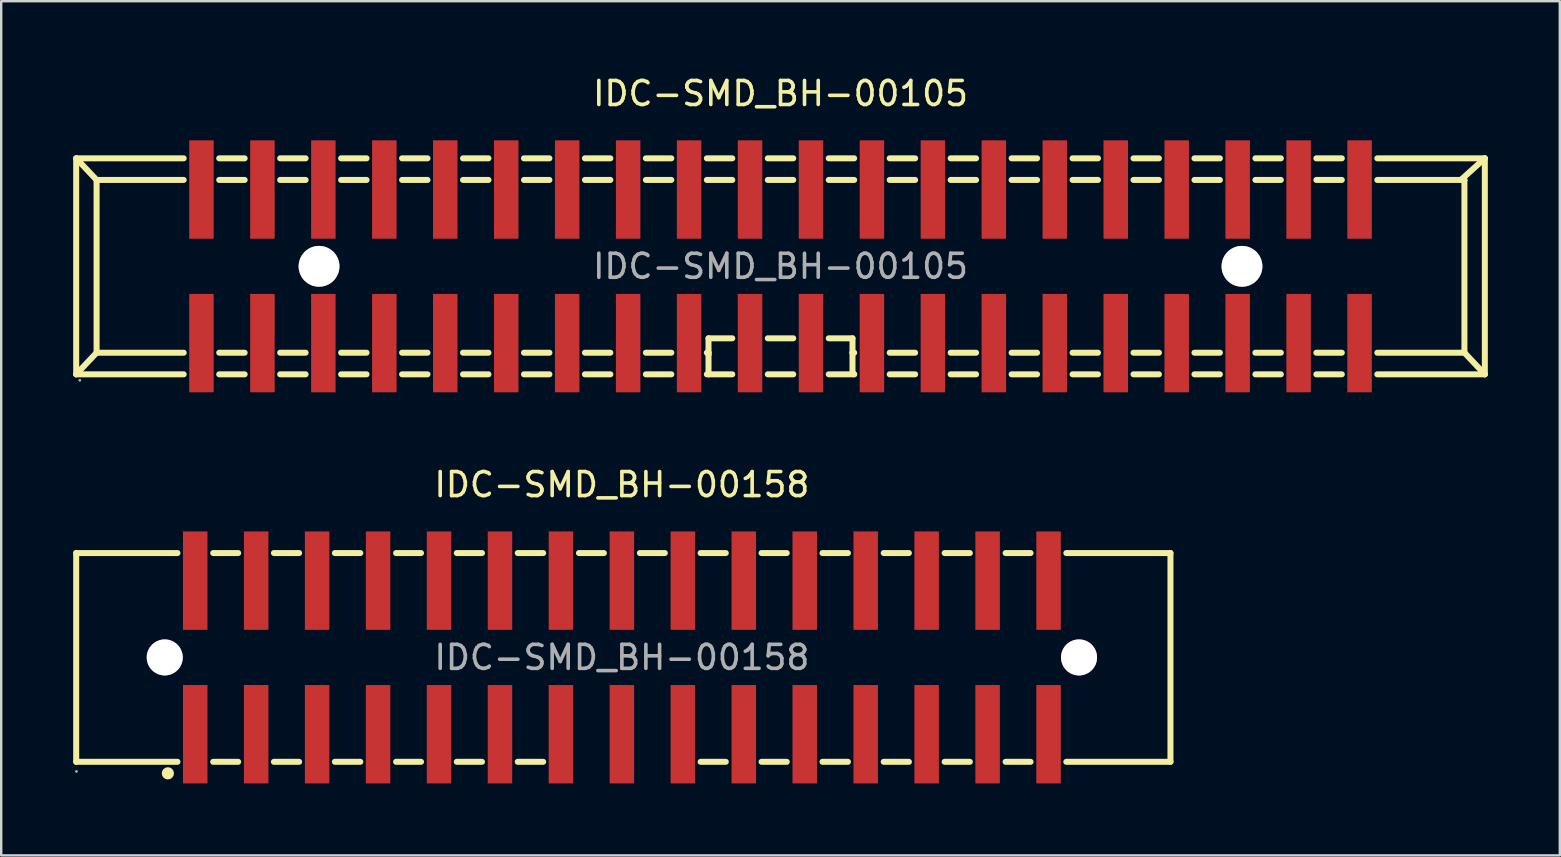
<source format=kicad_pcb>
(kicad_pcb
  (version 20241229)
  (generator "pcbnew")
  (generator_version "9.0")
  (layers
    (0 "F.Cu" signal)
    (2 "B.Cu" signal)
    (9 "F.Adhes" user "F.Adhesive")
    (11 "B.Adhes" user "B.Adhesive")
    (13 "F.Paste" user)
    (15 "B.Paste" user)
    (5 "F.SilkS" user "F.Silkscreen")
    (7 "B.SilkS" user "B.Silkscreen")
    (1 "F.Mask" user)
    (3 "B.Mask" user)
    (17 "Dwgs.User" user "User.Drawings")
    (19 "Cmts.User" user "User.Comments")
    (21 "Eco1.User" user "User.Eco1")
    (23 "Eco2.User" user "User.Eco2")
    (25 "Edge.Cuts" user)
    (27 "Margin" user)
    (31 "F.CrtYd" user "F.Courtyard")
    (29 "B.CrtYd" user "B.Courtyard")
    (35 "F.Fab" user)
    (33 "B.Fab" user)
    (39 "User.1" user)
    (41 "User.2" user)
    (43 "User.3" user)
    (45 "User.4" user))
  (footprint "IDC-SMD_BH-00105"
    (layer "F.Cu")
    (at 29.475 8.048)
    (property "Reference" "IDC-SMD_BH-00105" (at 0 -7.2 0) (layer "F.SilkS") (effects (font (size 1 1) (thickness 0.15))))
    (attr through_hole)
    (fp_line (start -29.35 -4.5) (end -29.35 4.5) (stroke (width 0.25) (type solid)) (layer "F.SilkS"))
    (fp_line (start -29.35 -4.5) (end -24.87 -4.5) (stroke (width 0.25) (type solid)) (layer "F.SilkS"))
    (fp_line (start -29.35 4.5) (end -28.5 3.6) (stroke (width 0.25) (type solid)) (layer "F.SilkS"))
    (fp_line (start -29.35 4.5) (end -24.87 4.5) (stroke (width 0.25) (type solid)) (layer "F.SilkS"))
    (fp_line (start -28.5 -3.6) (end -29.35 -4.5) (stroke (width 0.25) (type solid)) (layer "F.SilkS"))
    (fp_line (start -28.5 -3.6) (end -24.87 -3.6) (stroke (width 0.25) (type solid)) (layer "F.SilkS"))
    (fp_line (start -28.5 3.6) (end -28.5 -3.6) (stroke (width 0.25) (type solid)) (layer "F.SilkS"))
    (fp_line (start -28.5 3.6) (end -24.87 3.6) (stroke (width 0.25) (type solid)) (layer "F.SilkS"))
    (fp_line (start -23.39 -4.5) (end -22.33 -4.5) (stroke (width 0.25) (type solid)) (layer "F.SilkS"))
    (fp_line (start -23.39 -3.6) (end -22.33 -3.6) (stroke (width 0.25) (type solid)) (layer "F.SilkS"))
    (fp_line (start -23.39 3.6) (end -22.33 3.6) (stroke (width 0.25) (type solid)) (layer "F.SilkS"))
    (fp_line (start -23.39 4.5) (end -22.33 4.5) (stroke (width 0.25) (type solid)) (layer "F.SilkS"))
    (fp_line (start -20.85 -4.5) (end -19.79 -4.5) (stroke (width 0.25) (type solid)) (layer "F.SilkS"))
    (fp_line (start -20.85 -3.6) (end -19.79 -3.6) (stroke (width 0.25) (type solid)) (layer "F.SilkS"))
    (fp_line (start -20.85 3.6) (end -19.79 3.6) (stroke (width 0.25) (type solid)) (layer "F.SilkS"))
    (fp_line (start -20.85 4.5) (end -19.79 4.5) (stroke (width 0.25) (type solid)) (layer "F.SilkS"))
    (fp_line (start -18.31 -4.5) (end -17.25 -4.5) (stroke (width 0.25) (type solid)) (layer "F.SilkS"))
    (fp_line (start -18.31 -3.6) (end -17.25 -3.6) (stroke (width 0.25) (type solid)) (layer "F.SilkS"))
    (fp_line (start -18.31 3.6) (end -17.25 3.6) (stroke (width 0.25) (type solid)) (layer "F.SilkS"))
    (fp_line (start -18.31 4.5) (end -17.25 4.5) (stroke (width 0.25) (type solid)) (layer "F.SilkS"))
    (fp_line (start -15.77 -4.5) (end -14.71 -4.5) (stroke (width 0.25) (type solid)) (layer "F.SilkS"))
    (fp_line (start -15.77 -3.6) (end -14.71 -3.6) (stroke (width 0.25) (type solid)) (layer "F.SilkS"))
    (fp_line (start -15.77 3.6) (end -14.71 3.6) (stroke (width 0.25) (type solid)) (layer "F.SilkS"))
    (fp_line (start -15.77 4.5) (end -14.71 4.5) (stroke (width 0.25) (type solid)) (layer "F.SilkS"))
    (fp_line (start -13.23 -4.5) (end -12.17 -4.5) (stroke (width 0.25) (type solid)) (layer "F.SilkS"))
    (fp_line (start -13.23 -3.6) (end -12.17 -3.6) (stroke (width 0.25) (type solid)) (layer "F.SilkS"))
    (fp_line (start -13.23 3.6) (end -12.17 3.6) (stroke (width 0.25) (type solid)) (layer "F.SilkS"))
    (fp_line (start -13.23 4.5) (end -12.17 4.5) (stroke (width 0.25) (type solid)) (layer "F.SilkS"))
    (fp_line (start -10.69 -4.5) (end -9.63 -4.5) (stroke (width 0.25) (type solid)) (layer "F.SilkS"))
    (fp_line (start -10.69 -3.6) (end -9.63 -3.6) (stroke (width 0.25) (type solid)) (layer "F.SilkS"))
    (fp_line (start -10.69 3.6) (end -9.63 3.6) (stroke (width 0.25) (type solid)) (layer "F.SilkS"))
    (fp_line (start -10.69 4.5) (end -9.63 4.5) (stroke (width 0.25) (type solid)) (layer "F.SilkS"))
    (fp_line (start -8.15 -4.5) (end -7.09 -4.5) (stroke (width 0.25) (type solid)) (layer "F.SilkS"))
    (fp_line (start -8.15 -3.6) (end -7.09 -3.6) (stroke (width 0.25) (type solid)) (layer "F.SilkS"))
    (fp_line (start -8.15 3.6) (end -7.09 3.6) (stroke (width 0.25) (type solid)) (layer "F.SilkS"))
    (fp_line (start -8.15 4.5) (end -7.09 4.5) (stroke (width 0.25) (type solid)) (layer "F.SilkS"))
    (fp_line (start -5.61 -4.5) (end -4.55 -4.5) (stroke (width 0.25) (type solid)) (layer "F.SilkS"))
    (fp_line (start -5.61 -3.6) (end -4.55 -3.6) (stroke (width 0.25) (type solid)) (layer "F.SilkS"))
    (fp_line (start -5.61 3.6) (end -4.55 3.6) (stroke (width 0.25) (type solid)) (layer "F.SilkS"))
    (fp_line (start -5.61 4.5) (end -4.55 4.5) (stroke (width 0.25) (type solid)) (layer "F.SilkS"))
    (fp_line (start -3.07 -4.5) (end -2.01 -4.5) (stroke (width 0.25) (type solid)) (layer "F.SilkS"))
    (fp_line (start -3.07 -3.6) (end -2.01 -3.6) (stroke (width 0.25) (type solid)) (layer "F.SilkS"))
    (fp_line (start -3.07 3.6) (end -3 3.6) (stroke (width 0.25) (type solid)) (layer "F.SilkS"))
    (fp_line (start -3.07 4.5) (end -2.01 4.5) (stroke (width 0.25) (type solid)) (layer "F.SilkS"))
    (fp_line (start -3 3) (end -2.01 3) (stroke (width 0.25) (type solid)) (layer "F.SilkS"))
    (fp_line (start -3 3.6) (end -3 4.5) (stroke (width 0.25) (type solid)) (layer "F.SilkS"))
    (fp_line (start -3 3.68) (end -3 3) (stroke (width 0.25) (type solid)) (layer "F.SilkS"))
    (fp_line (start -0.53 -4.5) (end 0.53 -4.5) (stroke (width 0.25) (type solid)) (layer "F.SilkS"))
    (fp_line (start -0.53 -3.6) (end 0.53 -3.6) (stroke (width 0.25) (type solid)) (layer "F.SilkS"))
    (fp_line (start -0.53 3) (end 0.53 3) (stroke (width 0.25) (type solid)) (layer "F.SilkS"))
    (fp_line (start -0.53 4.5) (end 0.53 4.5) (stroke (width 0.25) (type solid)) (layer "F.SilkS"))
    (fp_line (start 2.01 -4.5) (end 3.07 -4.5) (stroke (width 0.25) (type solid)) (layer "F.SilkS"))
    (fp_line (start 2.01 -3.6) (end 3.07 -3.6) (stroke (width 0.25) (type solid)) (layer "F.SilkS"))
    (fp_line (start 2.01 3) (end 3 3) (stroke (width 0.25) (type solid)) (layer "F.SilkS"))
    (fp_line (start 2.01 4.5) (end 3.07 4.5) (stroke (width 0.25) (type solid)) (layer "F.SilkS"))
    (fp_line (start 3 3) (end 3 3.6) (stroke (width 0.25) (type solid)) (layer "F.SilkS"))
    (fp_line (start 3 3.6) (end 3 4.43) (stroke (width 0.25) (type solid)) (layer "F.SilkS"))
    (fp_line (start 3 4.43) (end 3.07 4.5) (stroke (width 0.25) (type solid)) (layer "F.SilkS"))
    (fp_line (start 3.07 3.6) (end 3 3.6) (stroke (width 0.25) (type solid)) (layer "F.SilkS"))
    (fp_line (start 4.55 -4.5) (end 5.61 -4.5) (stroke (width 0.25) (type solid)) (layer "F.SilkS"))
    (fp_line (start 4.55 -3.6) (end 5.61 -3.6) (stroke (width 0.25) (type solid)) (layer "F.SilkS"))
    (fp_line (start 4.55 4.5) (end 5.61 4.5) (stroke (width 0.25) (type solid)) (layer "F.SilkS"))
    (fp_line (start 5.61 3.6) (end 4.55 3.6) (stroke (width 0.25) (type solid)) (layer "F.SilkS"))
    (fp_line (start 7.09 -4.5) (end 8.15 -4.5) (stroke (width 0.25) (type solid)) (layer "F.SilkS"))
    (fp_line (start 7.09 -3.6) (end 8.15 -3.6) (stroke (width 0.25) (type solid)) (layer "F.SilkS"))
    (fp_line (start 7.09 4.5) (end 8.15 4.5) (stroke (width 0.25) (type solid)) (layer "F.SilkS"))
    (fp_line (start 8.15 3.6) (end 7.09 3.6) (stroke (width 0.25) (type solid)) (layer "F.SilkS"))
    (fp_line (start 9.63 -4.5) (end 10.69 -4.5) (stroke (width 0.25) (type solid)) (layer "F.SilkS"))
    (fp_line (start 9.63 -3.6) (end 10.69 -3.6) (stroke (width 0.25) (type solid)) (layer "F.SilkS"))
    (fp_line (start 9.63 4.5) (end 10.69 4.5) (stroke (width 0.25) (type solid)) (layer "F.SilkS"))
    (fp_line (start 10.69 3.6) (end 9.63 3.6) (stroke (width 0.25) (type solid)) (layer "F.SilkS"))
    (fp_line (start 12.17 -4.5) (end 13.23 -4.5) (stroke (width 0.25) (type solid)) (layer "F.SilkS"))
    (fp_line (start 12.17 -3.6) (end 13.23 -3.6) (stroke (width 0.25) (type solid)) (layer "F.SilkS"))
    (fp_line (start 12.17 4.5) (end 13.23 4.5) (stroke (width 0.25) (type solid)) (layer "F.SilkS"))
    (fp_line (start 13.23 3.6) (end 12.17 3.6) (stroke (width 0.25) (type solid)) (layer "F.SilkS"))
    (fp_line (start 14.71 -4.5) (end 15.77 -4.5) (stroke (width 0.25) (type solid)) (layer "F.SilkS"))
    (fp_line (start 14.71 -3.6) (end 15.77 -3.6) (stroke (width 0.25) (type solid)) (layer "F.SilkS"))
    (fp_line (start 14.71 4.5) (end 15.77 4.5) (stroke (width 0.25) (type solid)) (layer "F.SilkS"))
    (fp_line (start 15.77 3.6) (end 14.71 3.6) (stroke (width 0.25) (type solid)) (layer "F.SilkS"))
    (fp_line (start 17.25 -4.5) (end 18.31 -4.5) (stroke (width 0.25) (type solid)) (layer "F.SilkS"))
    (fp_line (start 17.25 -3.6) (end 18.31 -3.6) (stroke (width 0.25) (type solid)) (layer "F.SilkS"))
    (fp_line (start 17.25 4.5) (end 18.31 4.5) (stroke (width 0.25) (type solid)) (layer "F.SilkS"))
    (fp_line (start 18.31 3.6) (end 17.25 3.6) (stroke (width 0.25) (type solid)) (layer "F.SilkS"))
    (fp_line (start 19.79 -4.5) (end 20.85 -4.5) (stroke (width 0.25) (type solid)) (layer "F.SilkS"))
    (fp_line (start 19.79 -3.6) (end 20.85 -3.6) (stroke (width 0.25) (type solid)) (layer "F.SilkS"))
    (fp_line (start 19.79 4.5) (end 20.85 4.5) (stroke (width 0.25) (type solid)) (layer "F.SilkS"))
    (fp_line (start 20.85 3.6) (end 19.79 3.6) (stroke (width 0.25) (type solid)) (layer "F.SilkS"))
    (fp_line (start 22.33 -4.5) (end 23.39 -4.5) (stroke (width 0.25) (type solid)) (layer "F.SilkS"))
    (fp_line (start 22.33 -3.6) (end 23.39 -3.6) (stroke (width 0.25) (type solid)) (layer "F.SilkS"))
    (fp_line (start 22.33 4.5) (end 23.39 4.5) (stroke (width 0.25) (type solid)) (layer "F.SilkS"))
    (fp_line (start 23.39 3.6) (end 22.33 3.6) (stroke (width 0.25) (type solid)) (layer "F.SilkS"))
    (fp_line (start 24.87 -4.5) (end 29.35 -4.5) (stroke (width 0.25) (type solid)) (layer "F.SilkS"))
    (fp_line (start 24.87 -3.6) (end 28.5 -3.6) (stroke (width 0.25) (type solid)) (layer "F.SilkS"))
    (fp_line (start 24.87 4.5) (end 29.35 4.5) (stroke (width 0.25) (type solid)) (layer "F.SilkS"))
    (fp_line (start 28.35 -3.6) (end 29.35 -4.5) (stroke (width 0.25) (type solid)) (layer "F.SilkS"))
    (fp_line (start 28.5 -3.6) (end 28.5 3.6) (stroke (width 0.25) (type solid)) (layer "F.SilkS"))
    (fp_line (start 28.5 3.6) (end 24.87 3.6) (stroke (width 0.25) (type solid)) (layer "F.SilkS"))
    (fp_line (start 28.5 3.6) (end 29.35 4.5) (stroke (width 0.25) (type solid)) (layer "F.SilkS"))
    (fp_line (start 29.35 -4.5) (end 29.35 4.5) (stroke (width 0.25) (type solid)) (layer "F.SilkS"))
    (fp_circle (center -19.23 0) (end -18.83 0) (stroke (width 0.8) (type solid)) (fill no) (layer "Cmts.User"))
    (fp_circle (center 19.23 0) (end 19.63 0) (stroke (width 0.8) (type solid)) (fill no) (layer "Cmts.User"))
    (fp_circle (center -29.2 4.75) (end -29.17 4.75) (stroke (width 0.06) (type solid)) (fill no) (layer "F.Fab"))
    (fp_text user "${REFERENCE}" (at 0 0 0) (layer "F.Fab") (effects (font (size 1 1) (thickness 0.15))))
    (pad "" thru_hole circle (at -19.23 0) (size 1.7 1.7) (drill 1.7) (layers "*.Cu" "*.Mask"))
    (pad "" thru_hole circle (at 19.23 0) (size 1.7 1.7) (drill 1.7) (layers "*.Cu" "*.Mask"))
    (pad "1" smd rect (at -24.13 3.2) (size 1.02 4.1) (layers "F.Cu" "F.Mask" "F.Paste"))
    (pad "2" smd rect (at -24.13 -3.2) (size 1.02 4.1) (layers "F.Cu" "F.Mask" "F.Paste"))
    (pad "3" smd rect (at -21.59 3.2) (size 1.02 4.1) (layers "F.Cu" "F.Mask" "F.Paste"))
    (pad "4" smd rect (at -21.59 -3.2) (size 1.02 4.1) (layers "F.Cu" "F.Mask" "F.Paste"))
    (pad "5" smd rect (at -19.05 3.2) (size 1.02 4.1) (layers "F.Cu" "F.Mask" "F.Paste"))
    (pad "6" smd rect (at -19.05 -3.2) (size 1.02 4.1) (layers "F.Cu" "F.Mask" "F.Paste"))
    (pad "7" smd rect (at -16.51 3.2) (size 1.02 4.1) (layers "F.Cu" "F.Mask" "F.Paste"))
    (pad "8" smd rect (at -16.51 -3.2) (size 1.02 4.1) (layers "F.Cu" "F.Mask" "F.Paste"))
    (pad "9" smd rect (at -13.97 3.2) (size 1.02 4.1) (layers "F.Cu" "F.Mask" "F.Paste"))
    (pad "10" smd rect (at -13.97 -3.2) (size 1.02 4.1) (layers "F.Cu" "F.Mask" "F.Paste"))
    (pad "11" smd rect (at -11.43 3.2) (size 1.02 4.1) (layers "F.Cu" "F.Mask" "F.Paste"))
    (pad "12" smd rect (at -11.43 -3.2) (size 1.02 4.1) (layers "F.Cu" "F.Mask" "F.Paste"))
    (pad "13" smd rect (at -8.89 3.2) (size 1.02 4.1) (layers "F.Cu" "F.Mask" "F.Paste"))
    (pad "14" smd rect (at -8.89 -3.2) (size 1.02 4.1) (layers "F.Cu" "F.Mask" "F.Paste"))
    (pad "15" smd rect (at -6.35 3.2) (size 1.02 4.1) (layers "F.Cu" "F.Mask" "F.Paste"))
    (pad "16" smd rect (at -6.35 -3.2) (size 1.02 4.1) (layers "F.Cu" "F.Mask" "F.Paste"))
    (pad "17" smd rect (at -3.81 3.2) (size 1.02 4.1) (layers "F.Cu" "F.Mask" "F.Paste"))
    (pad "18" smd rect (at -3.81 -3.2) (size 1.02 4.1) (layers "F.Cu" "F.Mask" "F.Paste"))
    (pad "19" smd rect (at -1.27 3.2) (size 1.02 4.1) (layers "F.Cu" "F.Mask" "F.Paste"))
    (pad "20" smd rect (at -1.27 -3.2) (size 1.02 4.1) (layers "F.Cu" "F.Mask" "F.Paste"))
    (pad "21" smd rect (at 1.27 3.2) (size 1.02 4.1) (layers "F.Cu" "F.Mask" "F.Paste"))
    (pad "22" smd rect (at 1.27 -3.2) (size 1.02 4.1) (layers "F.Cu" "F.Mask" "F.Paste"))
    (pad "23" smd rect (at 3.81 3.2) (size 1.02 4.1) (layers "F.Cu" "F.Mask" "F.Paste"))
    (pad "24" smd rect (at 3.81 -3.2) (size 1.02 4.1) (layers "F.Cu" "F.Mask" "F.Paste"))
    (pad "25" smd rect (at 6.35 3.2) (size 1.02 4.1) (layers "F.Cu" "F.Mask" "F.Paste"))
    (pad "26" smd rect (at 6.35 -3.2) (size 1.02 4.1) (layers "F.Cu" "F.Mask" "F.Paste"))
    (pad "27" smd rect (at 8.89 3.2) (size 1.02 4.1) (layers "F.Cu" "F.Mask" "F.Paste"))
    (pad "28" smd rect (at 8.89 -3.2) (size 1.02 4.1) (layers "F.Cu" "F.Mask" "F.Paste"))
    (pad "29" smd rect (at 11.43 3.2) (size 1.02 4.1) (layers "F.Cu" "F.Mask" "F.Paste"))
    (pad "30" smd rect (at 11.43 -3.2) (size 1.02 4.1) (layers "F.Cu" "F.Mask" "F.Paste"))
    (pad "31" smd rect (at 13.97 3.2) (size 1.02 4.1) (layers "F.Cu" "F.Mask" "F.Paste"))
    (pad "32" smd rect (at 13.97 -3.2) (size 1.02 4.1) (layers "F.Cu" "F.Mask" "F.Paste"))
    (pad "33" smd rect (at 16.51 3.2) (size 1.02 4.1) (layers "F.Cu" "F.Mask" "F.Paste"))
    (pad "34" smd rect (at 16.51 -3.2) (size 1.02 4.1) (layers "F.Cu" "F.Mask" "F.Paste"))
    (pad "35" smd rect (at 19.05 3.2) (size 1.02 4.1) (layers "F.Cu" "F.Mask" "F.Paste"))
    (pad "36" smd rect (at 19.05 -3.2) (size 1.02 4.1) (layers "F.Cu" "F.Mask" "F.Paste"))
    (pad "37" smd rect (at 21.59 3.2) (size 1.02 4.1) (layers "F.Cu" "F.Mask" "F.Paste"))
    (pad "38" smd rect (at 21.59 -3.2) (size 1.02 4.1) (layers "F.Cu" "F.Mask" "F.Paste"))
    (pad "39" smd rect (at 24.13 3.2) (size 1.02 4.1) (layers "F.Cu" "F.Mask" "F.Paste"))
    (pad "40" smd rect (at 24.13 -3.2) (size 1.02 4.1) (layers "F.Cu" "F.Mask" "F.Paste")))
  (footprint "IDC-SMD_BH-00158"
    (layer "F.Cu")
    (at 22.865 24.346)
    (property "Reference" "IDC-SMD_BH-00158" (at 0 -7.2 0) (layer "F.SilkS") (effects (font (size 1 1) (thickness 0.15))))
    (attr through_hole)
    (fp_line (start -22.74 -4.35) (end -22.74 4.35) (stroke (width 0.25) (type solid)) (layer "F.SilkS"))
    (fp_line (start -22.74 -4.35) (end -18.52 -4.35) (stroke (width 0.25) (type solid)) (layer "F.SilkS"))
    (fp_line (start -22.74 4.35) (end -18.52 4.35) (stroke (width 0.25) (type solid)) (layer "F.SilkS"))
    (fp_line (start -17.03 -4.35) (end -15.99 -4.35) (stroke (width 0.25) (type solid)) (layer "F.SilkS"))
    (fp_line (start -17.03 4.35) (end -15.99 4.35) (stroke (width 0.25) (type solid)) (layer "F.SilkS"))
    (fp_line (start -14.5 -4.35) (end -13.45 -4.35) (stroke (width 0.25) (type solid)) (layer "F.SilkS"))
    (fp_line (start -14.5 4.35) (end -13.45 4.35) (stroke (width 0.25) (type solid)) (layer "F.SilkS"))
    (fp_line (start -11.96 -4.35) (end -10.9 -4.35) (stroke (width 0.25) (type solid)) (layer "F.SilkS"))
    (fp_line (start -11.96 4.35) (end -10.9 4.35) (stroke (width 0.25) (type solid)) (layer "F.SilkS"))
    (fp_line (start -9.41 -4.35) (end -8.37 -4.35) (stroke (width 0.25) (type solid)) (layer "F.SilkS"))
    (fp_line (start -9.41 4.35) (end -8.37 4.35) (stroke (width 0.25) (type solid)) (layer "F.SilkS"))
    (fp_line (start -6.88 -4.35) (end -5.83 -4.35) (stroke (width 0.25) (type solid)) (layer "F.SilkS"))
    (fp_line (start -6.88 4.35) (end -5.83 4.35) (stroke (width 0.25) (type solid)) (layer "F.SilkS"))
    (fp_line (start -4.34 -4.35) (end -3.28 -4.35) (stroke (width 0.25) (type solid)) (layer "F.SilkS"))
    (fp_line (start -4.34 4.35) (end -3.28 4.35) (stroke (width 0.25) (type solid)) (layer "F.SilkS"))
    (fp_line (start -1.79 -4.35) (end -0.75 -4.35) (stroke (width 0.25) (type solid)) (layer "F.SilkS"))
    (fp_line (start 0.75 -4.35) (end 1.79 -4.35) (stroke (width 0.25) (type solid)) (layer "F.SilkS"))
    (fp_line (start 3.28 -4.35) (end 4.33 -4.35) (stroke (width 0.25) (type solid)) (layer "F.SilkS"))
    (fp_line (start 3.28 4.35) (end 4.33 4.35) (stroke (width 0.25) (type solid)) (layer "F.SilkS"))
    (fp_line (start 5.82 -4.35) (end 6.87 -4.35) (stroke (width 0.25) (type solid)) (layer "F.SilkS"))
    (fp_line (start 5.82 4.35) (end 6.87 4.35) (stroke (width 0.25) (type solid)) (layer "F.SilkS"))
    (fp_line (start 8.36 -4.35) (end 9.42 -4.35) (stroke (width 0.25) (type solid)) (layer "F.SilkS"))
    (fp_line (start 8.36 4.35) (end 9.42 4.35) (stroke (width 0.25) (type solid)) (layer "F.SilkS"))
    (fp_line (start 10.91 -4.35) (end 11.96 -4.35) (stroke (width 0.25) (type solid)) (layer "F.SilkS"))
    (fp_line (start 10.91 4.35) (end 11.96 4.35) (stroke (width 0.25) (type solid)) (layer "F.SilkS"))
    (fp_line (start 13.45 -4.35) (end 14.5 -4.35) (stroke (width 0.25) (type solid)) (layer "F.SilkS"))
    (fp_line (start 13.45 4.35) (end 14.5 4.35) (stroke (width 0.25) (type solid)) (layer "F.SilkS"))
    (fp_line (start 15.99 -4.35) (end 17.03 -4.35) (stroke (width 0.25) (type solid)) (layer "F.SilkS"))
    (fp_line (start 15.99 4.35) (end 17.03 4.35) (stroke (width 0.25) (type solid)) (layer "F.SilkS"))
    (fp_line (start 18.52 -4.35) (end 22.86 -4.35) (stroke (width 0.25) (type solid)) (layer "F.SilkS"))
    (fp_line (start 18.52 4.35) (end 22.86 4.35) (stroke (width 0.25) (type solid)) (layer "F.SilkS"))
    (fp_line (start 22.86 -4.35) (end 22.86 4.35) (stroke (width 0.25) (type solid)) (layer "F.SilkS"))
    (fp_circle (center -18.92 4.83) (end -18.79 4.83) (stroke (width 0.25) (type solid)) (fill no) (layer "F.SilkS"))
    (fp_circle (center -22.73 4.75) (end -22.7 4.75) (stroke (width 0.06) (type solid)) (fill no) (layer "F.Fab"))
    (fp_circle (center -19.05 0) (end -18.72 0) (stroke (width 0.65) (type solid)) (fill no) (layer "F.Fab"))
    (fp_circle (center 19.05 0) (end 19.38 0) (stroke (width 0.65) (type solid)) (fill no) (layer "F.Fab"))
    (fp_text user "${REFERENCE}" (at 0 0 0) (layer "F.Fab") (effects (font (size 1 1) (thickness 0.15))))
    (pad "" thru_hole circle (at -19.05 0) (size 1.5 1.5) (drill 1.5) (layers "*.Cu" "*.Mask"))
    (pad "" thru_hole circle (at 19.05 0) (size 1.5 1.5) (drill 1.5) (layers "*.Cu" "*.Mask"))
    (pad "1" smd rect (at -17.78 3.2) (size 1.02 4.1) (layers "F.Cu" "F.Mask" "F.Paste"))
    (pad "2" smd rect (at -17.78 -3.2) (size 1.02 4.1) (layers "F.Cu" "F.Mask" "F.Paste"))
    (pad "3" smd rect (at -15.24 3.2) (size 1.02 4.1) (layers "F.Cu" "F.Mask" "F.Paste"))
    (pad "4" smd rect (at -15.24 -3.2) (size 1.02 4.1) (layers "F.Cu" "F.Mask" "F.Paste"))
    (pad "5" smd rect (at -12.7 3.2) (size 1.02 4.1) (layers "F.Cu" "F.Mask" "F.Paste"))
    (pad "6" smd rect (at -12.7 -3.2) (size 1.02 4.1) (layers "F.Cu" "F.Mask" "F.Paste"))
    (pad "7" smd rect (at -10.16 3.2) (size 1.02 4.1) (layers "F.Cu" "F.Mask" "F.Paste"))
    (pad "8" smd rect (at -10.16 -3.2) (size 1.02 4.1) (layers "F.Cu" "F.Mask" "F.Paste"))
    (pad "9" smd rect (at -7.62 3.2) (size 1.02 4.1) (layers "F.Cu" "F.Mask" "F.Paste"))
    (pad "10" smd rect (at -7.62 -3.2) (size 1.02 4.1) (layers "F.Cu" "F.Mask" "F.Paste"))
    (pad "11" smd rect (at -5.08 3.2) (size 1.02 4.1) (layers "F.Cu" "F.Mask" "F.Paste"))
    (pad "12" smd rect (at -5.08 -3.2) (size 1.02 4.1) (layers "F.Cu" "F.Mask" "F.Paste"))
    (pad "13" smd rect (at -2.54 3.2) (size 1.02 4.1) (layers "F.Cu" "F.Mask" "F.Paste"))
    (pad "14" smd rect (at -2.54 -3.2) (size 1.02 4.1) (layers "F.Cu" "F.Mask" "F.Paste"))
    (pad "15" smd rect (at 0 3.2) (size 1.02 4.1) (layers "F.Cu" "F.Mask" "F.Paste"))
    (pad "16" smd rect (at 0 -3.2) (size 1.02 4.1) (layers "F.Cu" "F.Mask" "F.Paste"))
    (pad "17" smd rect (at 2.54 3.2) (size 1.02 4.1) (layers "F.Cu" "F.Mask" "F.Paste"))
    (pad "18" smd rect (at 2.54 -3.2) (size 1.02 4.1) (layers "F.Cu" "F.Mask" "F.Paste"))
    (pad "19" smd rect (at 5.08 3.2) (size 1.02 4.1) (layers "F.Cu" "F.Mask" "F.Paste"))
    (pad "20" smd rect (at 5.08 -3.2) (size 1.02 4.1) (layers "F.Cu" "F.Mask" "F.Paste"))
    (pad "21" smd rect (at 7.62 3.2) (size 1.02 4.1) (layers "F.Cu" "F.Mask" "F.Paste"))
    (pad "22" smd rect (at 7.62 -3.2) (size 1.02 4.1) (layers "F.Cu" "F.Mask" "F.Paste"))
    (pad "23" smd rect (at 10.16 3.2) (size 1.02 4.1) (layers "F.Cu" "F.Mask" "F.Paste"))
    (pad "24" smd rect (at 10.16 -3.2) (size 1.02 4.1) (layers "F.Cu" "F.Mask" "F.Paste"))
    (pad "25" smd rect (at 12.7 3.2) (size 1.02 4.1) (layers "F.Cu" "F.Mask" "F.Paste"))
    (pad "26" smd rect (at 12.7 -3.2) (size 1.02 4.1) (layers "F.Cu" "F.Mask" "F.Paste"))
    (pad "27" smd rect (at 15.24 3.2) (size 1.02 4.1) (layers "F.Cu" "F.Mask" "F.Paste"))
    (pad "28" smd rect (at 15.24 -3.2) (size 1.02 4.1) (layers "F.Cu" "F.Mask" "F.Paste"))
    (pad "29" smd rect (at 17.78 3.2) (size 1.02 4.1) (layers "F.Cu" "F.Mask" "F.Paste"))
    (pad "30" smd rect (at 17.78 -3.2) (size 1.02 4.1) (layers "F.Cu" "F.Mask" "F.Paste")))
  (gr_rect
    (start -3 -3)
    (end 61.95 32.596)
    (stroke (width 0.1) (type default))
    (fill no)
    (layer "Edge.Cuts")))
</source>
